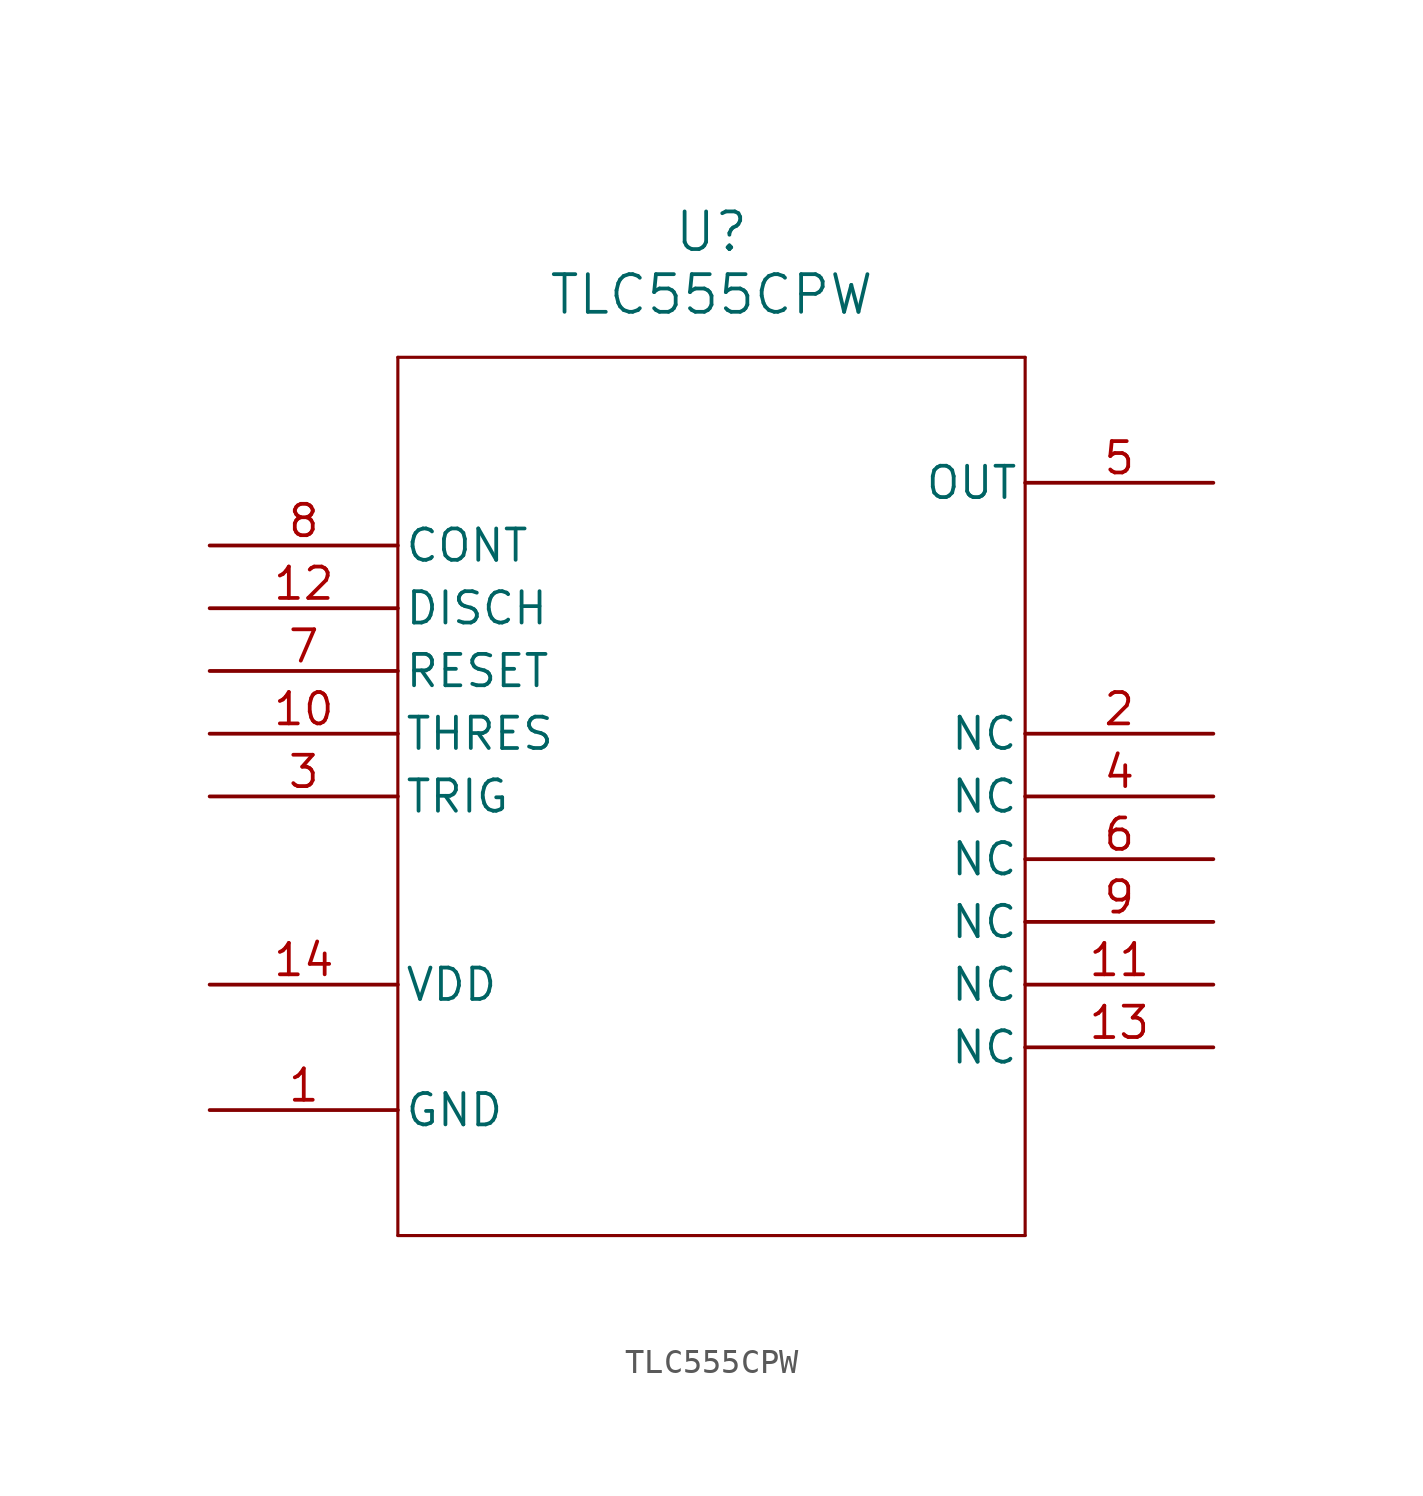
<source format=kicad_sym>
(kicad_symbol_lib
  (version 20211014)
  (generator kicad_symbol_editor)
  (symbol "TLC555CPW"
    (pin_names
      (offset 0.254))
    (property "Reference" "U"
      (at 20.32 12.7 0)
      (effects (font (size 1.524 1.524))))
    (property "Value" "TLC555CPW"
      (at 20.32 10.16 0)
      (effects (font (size 1.524 1.524))))
    (symbol "TLC555CPW_0_1"
      (polyline (pts (xy 7.62 7.62) (xy 7.62 -27.94)) (stroke (width 0.127) (type default) (color 0 0 0 0)) (fill (type none)))
      (polyline (pts (xy 7.62 -27.94) (xy 33.02 -27.94)) (stroke (width 0.127) (type default) (color 0 0 0 0)) (fill (type none)))
      (polyline (pts (xy 33.02 -27.94) (xy 33.02 7.62)) (stroke (width 0.127) (type default) (color 0 0 0 0)) (fill (type none)))
      (polyline (pts (xy 33.02 7.62) (xy 7.62 7.62)) (stroke (width 0.127) (type default) (color 0 0 0 0)) (fill (type none)))
      (pin power_in line (at 0 -22.86 0) (length 7.62) (name "GND" (effects (font (size 1.27 1.27)))) (number "1" (effects (font (size 1.27 1.27)))))
      (pin unspecified line (at 40.64 -7.62 180) (length 7.62) (name "NC" (effects (font (size 1.27 1.27)))) (number "2" (effects (font (size 1.27 1.27)))))
      (pin unspecified line (at 0 -10.16 0) (length 7.62) (name "TRIG" (effects (font (size 1.27 1.27)))) (number "3" (effects (font (size 1.27 1.27)))))
      (pin unspecified line (at 40.64 -10.16 180) (length 7.62) (name "NC" (effects (font (size 1.27 1.27)))) (number "4" (effects (font (size 1.27 1.27)))))
      (pin output line (at 40.64 2.54 180) (length 7.62) (name "OUT" (effects (font (size 1.27 1.27)))) (number "5" (effects (font (size 1.27 1.27)))))
      (pin unspecified line (at 40.64 -12.7 180) (length 7.62) (name "NC" (effects (font (size 1.27 1.27)))) (number "6" (effects (font (size 1.27 1.27)))))
      (pin unspecified line (at 0 -5.08 0) (length 7.62) (name "RESET" (effects (font (size 1.27 1.27)))) (number "7" (effects (font (size 1.27 1.27)))))
      (pin unspecified line (at 0 0 0) (length 7.62) (name "CONT" (effects (font (size 1.27 1.27)))) (number "8" (effects (font (size 1.27 1.27)))))
      (pin unspecified line (at 40.64 -15.24 180) (length 7.62) (name "NC" (effects (font (size 1.27 1.27)))) (number "9" (effects (font (size 1.27 1.27)))))
      (pin unspecified line (at 0 -7.62 0) (length 7.62) (name "THRES" (effects (font (size 1.27 1.27)))) (number "10" (effects (font (size 1.27 1.27)))))
      (pin unspecified line (at 40.64 -17.78 180) (length 7.62) (name "NC" (effects (font (size 1.27 1.27)))) (number "11" (effects (font (size 1.27 1.27)))))
      (pin unspecified line (at 0 -2.54 0) (length 7.62) (name "DISCH" (effects (font (size 1.27 1.27)))) (number "12" (effects (font (size 1.27 1.27)))))
      (pin unspecified line (at 40.64 -20.32 180) (length 7.62) (name "NC" (effects (font (size 1.27 1.27)))) (number "13" (effects (font (size 1.27 1.27)))))
      (pin power_in line (at 0 -17.78 0) (length 7.62) (name "VDD" (effects (font (size 1.27 1.27)))) (number "14" (effects (font (size 1.27 1.27))))))))
</source>
